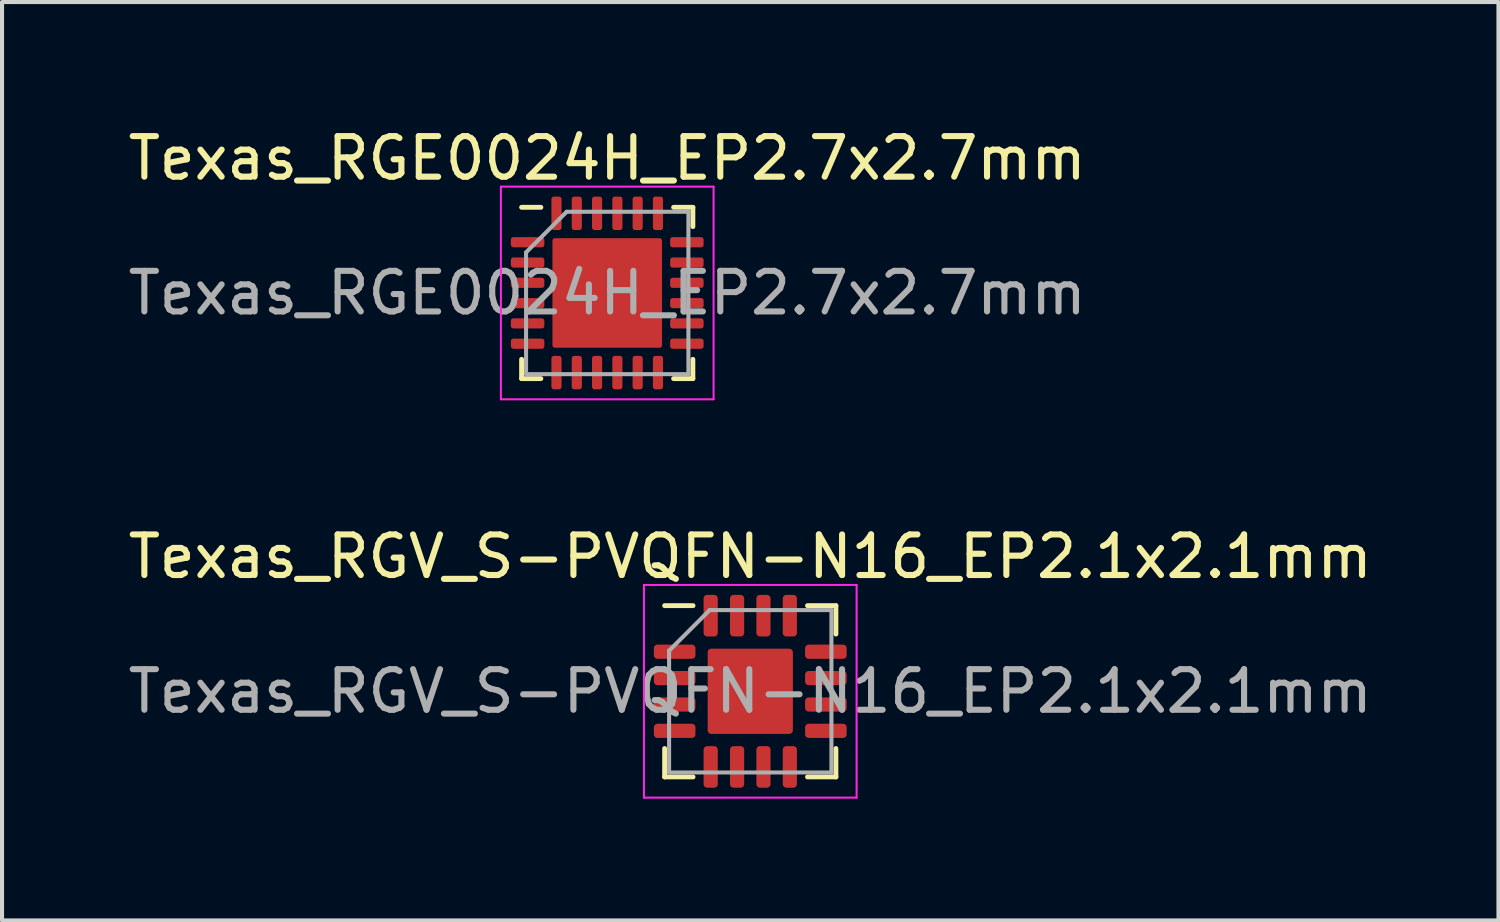
<source format=kicad_pcb>
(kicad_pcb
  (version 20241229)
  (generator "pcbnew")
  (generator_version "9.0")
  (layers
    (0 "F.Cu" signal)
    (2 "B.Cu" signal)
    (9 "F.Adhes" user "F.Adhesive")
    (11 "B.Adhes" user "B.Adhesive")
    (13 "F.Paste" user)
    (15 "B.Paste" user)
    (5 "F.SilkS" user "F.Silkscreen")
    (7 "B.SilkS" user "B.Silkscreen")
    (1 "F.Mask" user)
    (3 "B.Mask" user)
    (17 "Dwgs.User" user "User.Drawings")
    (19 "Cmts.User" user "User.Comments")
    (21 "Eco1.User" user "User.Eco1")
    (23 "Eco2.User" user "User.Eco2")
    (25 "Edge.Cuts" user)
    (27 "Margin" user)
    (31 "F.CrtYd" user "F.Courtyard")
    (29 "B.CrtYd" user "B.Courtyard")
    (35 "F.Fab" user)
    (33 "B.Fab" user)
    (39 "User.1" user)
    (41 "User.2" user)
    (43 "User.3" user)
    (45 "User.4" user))
  (footprint "Texas_RGE0024H_EP2.7x2.7mm"
    (layer "F.Cu")
    (at 11.911 4.168)
    (property "Reference" "Texas_RGE0024H_EP2.7x2.7mm" (at 0 -3.32 0) (layer "F.SilkS") (effects (font (size 1 1) (thickness 0.15))))
    (attr smd)
    (fp_line (start -2.11 2.11) (end -2.11 1.635) (stroke (width 0.12) (type solid)) (layer "F.SilkS"))
    (fp_line (start -1.635 -2.11) (end -2.11 -2.11) (stroke (width 0.12) (type solid)) (layer "F.SilkS"))
    (fp_line (start -1.635 2.11) (end -2.11 2.11) (stroke (width 0.12) (type solid)) (layer "F.SilkS"))
    (fp_line (start 1.635 -2.11) (end 2.11 -2.11) (stroke (width 0.12) (type solid)) (layer "F.SilkS"))
    (fp_line (start 1.635 2.11) (end 2.11 2.11) (stroke (width 0.12) (type solid)) (layer "F.SilkS"))
    (fp_line (start 2.11 -2.11) (end 2.11 -1.635) (stroke (width 0.12) (type solid)) (layer "F.SilkS"))
    (fp_line (start 2.11 2.11) (end 2.11 1.635) (stroke (width 0.12) (type solid)) (layer "F.SilkS"))
    (fp_line (start -2.62 -2.62) (end -2.62 2.62) (stroke (width 0.05) (type solid)) (layer "F.CrtYd"))
    (fp_line (start -2.62 2.62) (end 2.62 2.62) (stroke (width 0.05) (type solid)) (layer "F.CrtYd"))
    (fp_line (start 2.62 -2.62) (end -2.62 -2.62) (stroke (width 0.05) (type solid)) (layer "F.CrtYd"))
    (fp_line (start 2.62 2.62) (end 2.62 -2.62) (stroke (width 0.05) (type solid)) (layer "F.CrtYd"))
    (fp_line (start -2 -1) (end -1 -2) (stroke (width 0.1) (type solid)) (layer "F.Fab"))
    (fp_line (start -2 2) (end -2 -1) (stroke (width 0.1) (type solid)) (layer "F.Fab"))
    (fp_line (start -1 -2) (end 2 -2) (stroke (width 0.1) (type solid)) (layer "F.Fab"))
    (fp_line (start 2 -2) (end 2 2) (stroke (width 0.1) (type solid)) (layer "F.Fab"))
    (fp_line (start 2 2) (end -2 2) (stroke (width 0.1) (type solid)) (layer "F.Fab"))
    (fp_text user "${REFERENCE}" (at 0 0 0) (layer "F.Fab") (effects (font (size 1 1) (thickness 0.15))))
    (pad "" smd roundrect (at -0.675 -0.675) (size 1.09 1.09) (layers "F.Paste") (roundrect_rratio 0.229))
    (pad "" smd roundrect (at -0.675 0.675) (size 1.09 1.09) (layers "F.Paste") (roundrect_rratio 0.229))
    (pad "" smd roundrect (at 0.675 -0.675) (size 1.09 1.09) (layers "F.Paste") (roundrect_rratio 0.229))
    (pad "" smd roundrect (at 0.675 0.675) (size 1.09 1.09) (layers "F.Paste") (roundrect_rratio 0.229))
    (pad "1" smd roundrect (at -1.962 -1.25) (size 0.825 0.25) (layers "F.Cu" "F.Mask" "F.Paste") (roundrect_rratio 0.25))
    (pad "2" smd roundrect (at -1.962 -0.75) (size 0.825 0.25) (layers "F.Cu" "F.Mask" "F.Paste") (roundrect_rratio 0.25))
    (pad "3" smd roundrect (at -1.962 -0.25) (size 0.825 0.25) (layers "F.Cu" "F.Mask" "F.Paste") (roundrect_rratio 0.25))
    (pad "4" smd roundrect (at -1.962 0.25) (size 0.825 0.25) (layers "F.Cu" "F.Mask" "F.Paste") (roundrect_rratio 0.25))
    (pad "5" smd roundrect (at -1.962 0.75) (size 0.825 0.25) (layers "F.Cu" "F.Mask" "F.Paste") (roundrect_rratio 0.25))
    (pad "6" smd roundrect (at -1.962 1.25) (size 0.825 0.25) (layers "F.Cu" "F.Mask" "F.Paste") (roundrect_rratio 0.25))
    (pad "7" smd roundrect (at -1.25 1.962) (size 0.25 0.825) (layers "F.Cu" "F.Mask" "F.Paste") (roundrect_rratio 0.25))
    (pad "8" smd roundrect (at -0.75 1.962) (size 0.25 0.825) (layers "F.Cu" "F.Mask" "F.Paste") (roundrect_rratio 0.25))
    (pad "9" smd roundrect (at -0.25 1.962) (size 0.25 0.825) (layers "F.Cu" "F.Mask" "F.Paste") (roundrect_rratio 0.25))
    (pad "10" smd roundrect (at 0.25 1.962) (size 0.25 0.825) (layers "F.Cu" "F.Mask" "F.Paste") (roundrect_rratio 0.25))
    (pad "11" smd roundrect (at 0.75 1.962) (size 0.25 0.825) (layers "F.Cu" "F.Mask" "F.Paste") (roundrect_rratio 0.25))
    (pad "12" smd roundrect (at 1.25 1.962) (size 0.25 0.825) (layers "F.Cu" "F.Mask" "F.Paste") (roundrect_rratio 0.25))
    (pad "13" smd roundrect (at 1.962 1.25) (size 0.825 0.25) (layers "F.Cu" "F.Mask" "F.Paste") (roundrect_rratio 0.25))
    (pad "14" smd roundrect (at 1.962 0.75) (size 0.825 0.25) (layers "F.Cu" "F.Mask" "F.Paste") (roundrect_rratio 0.25))
    (pad "15" smd roundrect (at 1.962 0.25) (size 0.825 0.25) (layers "F.Cu" "F.Mask" "F.Paste") (roundrect_rratio 0.25))
    (pad "16" smd roundrect (at 1.962 -0.25) (size 0.825 0.25) (layers "F.Cu" "F.Mask" "F.Paste") (roundrect_rratio 0.25))
    (pad "17" smd roundrect (at 1.962 -0.75) (size 0.825 0.25) (layers "F.Cu" "F.Mask" "F.Paste") (roundrect_rratio 0.25))
    (pad "18" smd roundrect (at 1.962 -1.25) (size 0.825 0.25) (layers "F.Cu" "F.Mask" "F.Paste") (roundrect_rratio 0.25))
    (pad "19" smd roundrect (at 1.25 -1.962) (size 0.25 0.825) (layers "F.Cu" "F.Mask" "F.Paste") (roundrect_rratio 0.25))
    (pad "20" smd roundrect (at 0.75 -1.962) (size 0.25 0.825) (layers "F.Cu" "F.Mask" "F.Paste") (roundrect_rratio 0.25))
    (pad "21" smd roundrect (at 0.25 -1.962) (size 0.25 0.825) (layers "F.Cu" "F.Mask" "F.Paste") (roundrect_rratio 0.25))
    (pad "22" smd roundrect (at -0.25 -1.962) (size 0.25 0.825) (layers "F.Cu" "F.Mask" "F.Paste") (roundrect_rratio 0.25))
    (pad "23" smd roundrect (at -0.75 -1.962) (size 0.25 0.825) (layers "F.Cu" "F.Mask" "F.Paste") (roundrect_rratio 0.25))
    (pad "24" smd roundrect (at -1.25 -1.962) (size 0.25 0.825) (layers "F.Cu" "F.Mask" "F.Paste") (roundrect_rratio 0.25))
    (pad "25" smd roundrect (at 0 0) (size 2.7 2.7) (layers "F.Cu" "F.Mask") (roundrect_rratio 0.023)))
  (footprint "Texas_RGV_S-PVQFN-N16_EP2.1x2.1mm"
    (layer "F.Cu")
    (at 15.435 13.982)
    (property "Reference" "Texas_RGV_S-PVQFN-N16_EP2.1x2.1mm" (at 0 -3.32 0) (layer "F.SilkS") (effects (font (size 1 1) (thickness 0.15))))
    (attr smd)
    (fp_line (start -2.11 2.11) (end -2.11 1.41) (stroke (width 0.12) (type solid)) (layer "F.SilkS"))
    (fp_line (start -1.41 -2.11) (end -2.11 -2.11) (stroke (width 0.12) (type solid)) (layer "F.SilkS"))
    (fp_line (start -1.41 2.11) (end -2.11 2.11) (stroke (width 0.12) (type solid)) (layer "F.SilkS"))
    (fp_line (start 1.41 -2.11) (end 2.11 -2.11) (stroke (width 0.12) (type solid)) (layer "F.SilkS"))
    (fp_line (start 1.41 2.11) (end 2.11 2.11) (stroke (width 0.12) (type solid)) (layer "F.SilkS"))
    (fp_line (start 2.11 -2.11) (end 2.11 -1.41) (stroke (width 0.12) (type solid)) (layer "F.SilkS"))
    (fp_line (start 2.11 2.11) (end 2.11 1.41) (stroke (width 0.12) (type solid)) (layer "F.SilkS"))
    (fp_line (start -2.62 -2.62) (end -2.62 2.62) (stroke (width 0.05) (type solid)) (layer "F.CrtYd"))
    (fp_line (start -2.62 2.62) (end 2.62 2.62) (stroke (width 0.05) (type solid)) (layer "F.CrtYd"))
    (fp_line (start 2.62 -2.62) (end -2.62 -2.62) (stroke (width 0.05) (type solid)) (layer "F.CrtYd"))
    (fp_line (start 2.62 2.62) (end 2.62 -2.62) (stroke (width 0.05) (type solid)) (layer "F.CrtYd"))
    (fp_line (start -2 -1) (end -1 -2) (stroke (width 0.1) (type solid)) (layer "F.Fab"))
    (fp_line (start -2 2) (end -2 -1) (stroke (width 0.1) (type solid)) (layer "F.Fab"))
    (fp_line (start -1 -2) (end 2 -2) (stroke (width 0.1) (type solid)) (layer "F.Fab"))
    (fp_line (start 2 -2) (end 2 2) (stroke (width 0.1) (type solid)) (layer "F.Fab"))
    (fp_line (start 2 2) (end -2 2) (stroke (width 0.1) (type solid)) (layer "F.Fab"))
    (fp_text user "${REFERENCE}" (at 0 0 0) (layer "F.Fab") (effects (font (size 1 1) (thickness 0.15))))
    (pad "" smd roundrect (at -0.525 -0.525) (size 0.85 0.85) (layers "F.Paste") (roundrect_rratio 0.25))
    (pad "" smd roundrect (at -0.525 0.525) (size 0.85 0.85) (layers "F.Paste") (roundrect_rratio 0.25))
    (pad "" smd roundrect (at 0.525 -0.525) (size 0.85 0.85) (layers "F.Paste") (roundrect_rratio 0.25))
    (pad "" smd roundrect (at 0.525 0.525) (size 0.85 0.85) (layers "F.Paste") (roundrect_rratio 0.25))
    (pad "1" smd roundrect (at -1.863 -0.975) (size 1.025 0.35) (layers "F.Cu" "F.Mask" "F.Paste") (roundrect_rratio 0.25))
    (pad "2" smd roundrect (at -1.863 -0.325) (size 1.025 0.35) (layers "F.Cu" "F.Mask" "F.Paste") (roundrect_rratio 0.25))
    (pad "3" smd roundrect (at -1.863 0.325) (size 1.025 0.35) (layers "F.Cu" "F.Mask" "F.Paste") (roundrect_rratio 0.25))
    (pad "4" smd roundrect (at -1.863 0.975) (size 1.025 0.35) (layers "F.Cu" "F.Mask" "F.Paste") (roundrect_rratio 0.25))
    (pad "5" smd roundrect (at -0.975 1.863) (size 0.35 1.025) (layers "F.Cu" "F.Mask" "F.Paste") (roundrect_rratio 0.25))
    (pad "6" smd roundrect (at -0.325 1.863) (size 0.35 1.025) (layers "F.Cu" "F.Mask" "F.Paste") (roundrect_rratio 0.25))
    (pad "7" smd roundrect (at 0.325 1.863) (size 0.35 1.025) (layers "F.Cu" "F.Mask" "F.Paste") (roundrect_rratio 0.25))
    (pad "8" smd roundrect (at 0.975 1.863) (size 0.35 1.025) (layers "F.Cu" "F.Mask" "F.Paste") (roundrect_rratio 0.25))
    (pad "9" smd roundrect (at 1.863 0.975) (size 1.025 0.35) (layers "F.Cu" "F.Mask" "F.Paste") (roundrect_rratio 0.25))
    (pad "10" smd roundrect (at 1.863 0.325) (size 1.025 0.35) (layers "F.Cu" "F.Mask" "F.Paste") (roundrect_rratio 0.25))
    (pad "11" smd roundrect (at 1.863 -0.325) (size 1.025 0.35) (layers "F.Cu" "F.Mask" "F.Paste") (roundrect_rratio 0.25))
    (pad "12" smd roundrect (at 1.863 -0.975) (size 1.025 0.35) (layers "F.Cu" "F.Mask" "F.Paste") (roundrect_rratio 0.25))
    (pad "13" smd roundrect (at 0.975 -1.863) (size 0.35 1.025) (layers "F.Cu" "F.Mask" "F.Paste") (roundrect_rratio 0.25))
    (pad "14" smd roundrect (at 0.325 -1.863) (size 0.35 1.025) (layers "F.Cu" "F.Mask" "F.Paste") (roundrect_rratio 0.25))
    (pad "15" smd roundrect (at -0.325 -1.863) (size 0.35 1.025) (layers "F.Cu" "F.Mask" "F.Paste") (roundrect_rratio 0.25))
    (pad "16" smd roundrect (at -0.975 -1.863) (size 0.35 1.025) (layers "F.Cu" "F.Mask" "F.Paste") (roundrect_rratio 0.25))
    (pad "17" smd roundrect (at 0 0) (size 2.1 2.1) (layers "F.Cu" "F.Mask") (roundrect_rratio 0.042)))
  (gr_rect
    (start -3 -3)
    (end 33.869 19.627)
    (stroke (width 0.1) (type default))
    (fill no)
    (layer "Edge.Cuts")))
</source>
